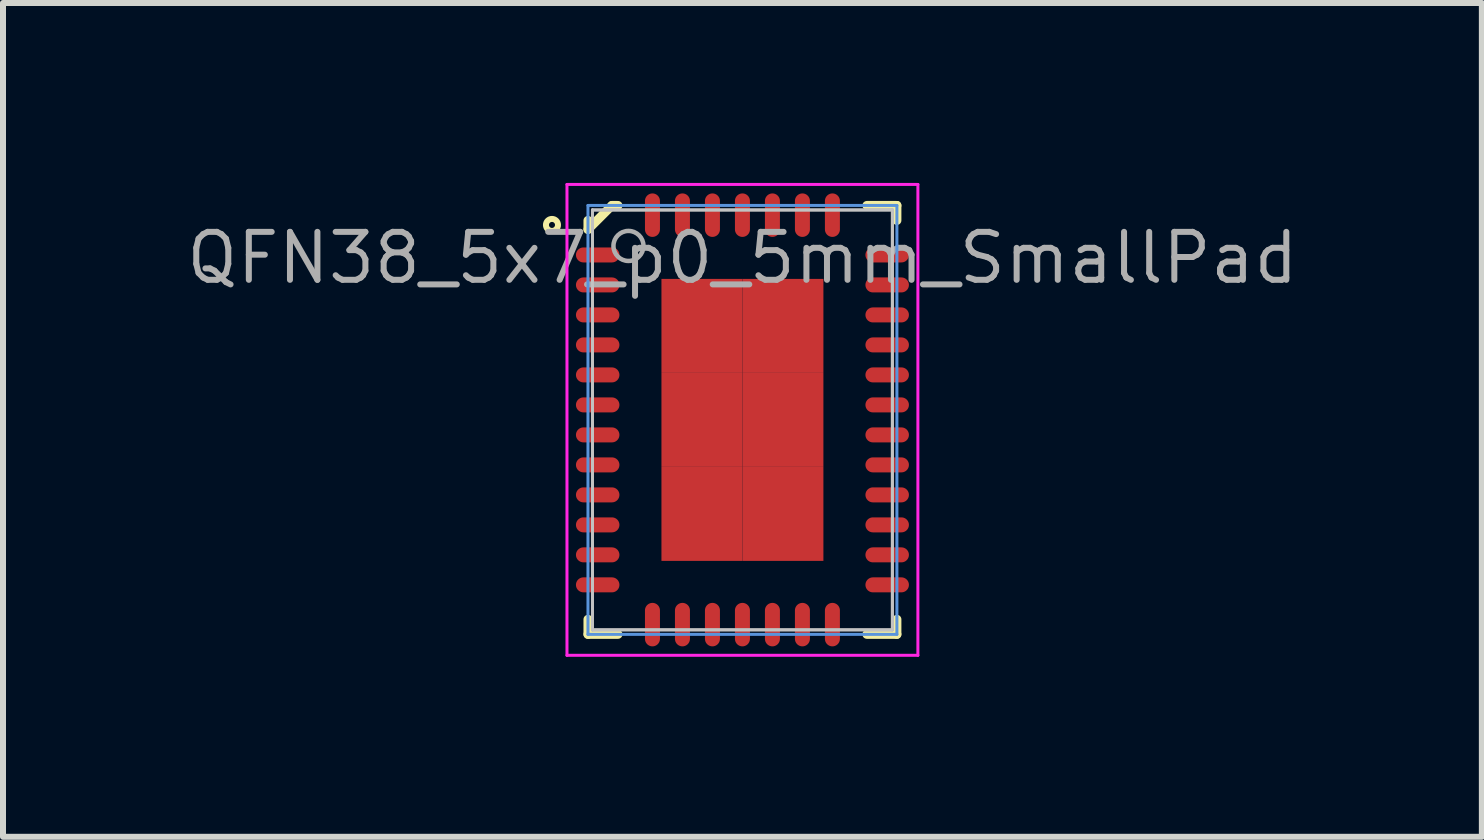
<source format=kicad_pcb>
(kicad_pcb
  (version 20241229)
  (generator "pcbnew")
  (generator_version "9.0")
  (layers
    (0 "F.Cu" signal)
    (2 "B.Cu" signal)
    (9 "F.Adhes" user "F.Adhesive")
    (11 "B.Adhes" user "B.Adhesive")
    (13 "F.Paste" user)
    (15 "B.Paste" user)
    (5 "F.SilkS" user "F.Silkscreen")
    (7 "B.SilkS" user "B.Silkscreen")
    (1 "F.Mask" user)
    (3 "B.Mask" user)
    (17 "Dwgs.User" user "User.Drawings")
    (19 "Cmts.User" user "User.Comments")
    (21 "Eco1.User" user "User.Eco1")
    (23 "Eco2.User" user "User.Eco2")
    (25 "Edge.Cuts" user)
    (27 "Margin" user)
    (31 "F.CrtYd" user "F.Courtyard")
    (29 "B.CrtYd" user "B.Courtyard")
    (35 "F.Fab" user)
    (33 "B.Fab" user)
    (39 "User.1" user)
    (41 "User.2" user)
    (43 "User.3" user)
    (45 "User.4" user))
  (footprint "QFN38_5x7_p0_5mm_SmallPad"
    (layer "F.Cu")
    (at 9.327 3.95)
    (property "Reference" "QFN38_5x7_p0_5mm_SmallPad" (at 0 -2.7 0) (layer "F.Fab") (effects (font (size 0.8 0.8) (thickness 0.1))))
    (attr through_hole)
    (fp_line (start -2.575 -3.175) (end -2.575 -3.325) (stroke (width 0.15) (type solid)) (layer "F.SilkS"))
    (fp_line (start -2.575 -3.175) (end -2.175 -3.575) (stroke (width 0.15) (type solid)) (layer "F.SilkS"))
    (fp_line (start -2.575 3.575) (end -2.575 3.325) (stroke (width 0.15) (type solid)) (layer "F.SilkS"))
    (fp_line (start -2.575 3.575) (end -2.075 3.575) (stroke (width 0.15) (type solid)) (layer "F.SilkS"))
    (fp_line (start -2.075 -3.575) (end -2.175 -3.575) (stroke (width 0.15) (type solid)) (layer "F.SilkS"))
    (fp_line (start 2.575 -3.575) (end 2.075 -3.575) (stroke (width 0.15) (type solid)) (layer "F.SilkS"))
    (fp_line (start 2.575 -3.575) (end 2.575 -3.325) (stroke (width 0.15) (type solid)) (layer "F.SilkS"))
    (fp_line (start 2.575 3.575) (end 2.075 3.575) (stroke (width 0.15) (type solid)) (layer "F.SilkS"))
    (fp_line (start 2.575 3.575) (end 2.575 3.325) (stroke (width 0.15) (type solid)) (layer "F.SilkS"))
    (fp_circle (center -3.175 -3.25) (end -3.104 -3.179) (stroke (width 0.1) (type solid)) (fill no) (layer "F.SilkS"))
    (fp_line (start -2.5 -3.5) (end -2.5 3.5) (stroke (width 0.05) (type solid)) (layer "Dwgs.User"))
    (fp_line (start -2.5 -3.5) (end 2.5 -3.5) (stroke (width 0.05) (type solid)) (layer "Dwgs.User"))
    (fp_line (start -2.5 3.5) (end 2.5 3.5) (stroke (width 0.05) (type solid)) (layer "Dwgs.User"))
    (fp_line (start 2.5 -3.5) (end 2.5 3.5) (stroke (width 0.05) (type solid)) (layer "Dwgs.User"))
    (fp_line (start -2.575 -3.575) (end -2.575 3.575) (stroke (width 0.05) (type solid)) (layer "Cmts.User"))
    (fp_line (start -2.575 -3.575) (end 2.575 -3.575) (stroke (width 0.05) (type solid)) (layer "Cmts.User"))
    (fp_line (start -2.575 3.575) (end 2.575 3.575) (stroke (width 0.05) (type solid)) (layer "Cmts.User"))
    (fp_line (start 2.575 -3.575) (end 2.575 3.575) (stroke (width 0.05) (type solid)) (layer "Cmts.User"))
    (fp_line (start -2.425 -3.425) (end -2.425 3.425) (stroke (width 0.05) (type solid)) (layer "Eco1.User"))
    (fp_line (start -2.425 -3.425) (end 2.425 -3.425) (stroke (width 0.05) (type solid)) (layer "Eco1.User"))
    (fp_line (start -2.425 3.425) (end 2.425 3.425) (stroke (width 0.05) (type solid)) (layer "Eco1.User"))
    (fp_line (start 2.425 -3.425) (end 2.425 3.425) (stroke (width 0.05) (type solid)) (layer "Eco1.User"))
    (fp_line (start -2.925 -3.925) (end -2.925 3.925) (stroke (width 0.05) (type solid)) (layer "F.CrtYd"))
    (fp_line (start -2.925 -3.925) (end 2.925 -3.925) (stroke (width 0.05) (type solid)) (layer "F.CrtYd"))
    (fp_line (start -2.925 3.925) (end 2.925 3.925) (stroke (width 0.05) (type solid)) (layer "F.CrtYd"))
    (fp_line (start 2.925 -3.925) (end 2.925 3.925) (stroke (width 0.05) (type solid)) (layer "F.CrtYd"))
    (fp_line (start -2.5 -3.5) (end -2.5 3.5) (stroke (width 0.05) (type solid)) (layer "F.Fab"))
    (fp_line (start -2.5 -3.5) (end 2.5 -3.5) (stroke (width 0.05) (type solid)) (layer "F.Fab"))
    (fp_line (start -2.5 3.5) (end 2.5 3.5) (stroke (width 0.05) (type solid)) (layer "F.Fab"))
    (fp_line (start 2.5 -3.5) (end 2.5 3.5) (stroke (width 0.05) (type solid)) (layer "F.Fab"))
    (fp_circle (center -1.9 -2.9) (end -1.723 -2.723) (stroke (width 0.075) (type solid)) (fill no) (layer "F.Fab"))
    (pad "1" smd oval (at -2.413 -2.75 180) (size 0.725 0.25) (layers "F.Cu" "F.Mask" "F.Paste"))
    (pad "2" smd oval (at -2.413 -2.25 180) (size 0.725 0.25) (layers "F.Cu" "F.Mask" "F.Paste"))
    (pad "3" smd oval (at -2.413 -1.75 180) (size 0.725 0.25) (layers "F.Cu" "F.Mask" "F.Paste"))
    (pad "4" smd oval (at -2.413 -1.25 180) (size 0.725 0.25) (layers "F.Cu" "F.Mask" "F.Paste"))
    (pad "5" smd oval (at -2.413 -0.75 180) (size 0.725 0.25) (layers "F.Cu" "F.Mask" "F.Paste"))
    (pad "6" smd oval (at -2.413 -0.25 180) (size 0.725 0.25) (layers "F.Cu" "F.Mask" "F.Paste"))
    (pad "7" smd oval (at -2.413 0.25 180) (size 0.725 0.25) (layers "F.Cu" "F.Mask" "F.Paste"))
    (pad "8" smd oval (at -2.413 0.75 180) (size 0.725 0.25) (layers "F.Cu" "F.Mask" "F.Paste"))
    (pad "9" smd oval (at -2.413 1.25 180) (size 0.725 0.25) (layers "F.Cu" "F.Mask" "F.Paste"))
    (pad "10" smd oval (at -2.413 1.75 180) (size 0.725 0.25) (layers "F.Cu" "F.Mask" "F.Paste"))
    (pad "11" smd oval (at -2.413 2.25 180) (size 0.725 0.25) (layers "F.Cu" "F.Mask" "F.Paste"))
    (pad "12" smd oval (at -2.413 2.75 180) (size 0.725 0.25) (layers "F.Cu" "F.Mask" "F.Paste"))
    (pad "13" smd oval (at -1.5 3.413 270) (size 0.725 0.25) (layers "F.Cu" "F.Mask" "F.Paste"))
    (pad "14" smd oval (at -1 3.413 270) (size 0.725 0.25) (layers "F.Cu" "F.Mask" "F.Paste"))
    (pad "15" smd oval (at -0.5 3.413 270) (size 0.725 0.25) (layers "F.Cu" "F.Mask" "F.Paste"))
    (pad "16" smd oval (at 0 3.413 270) (size 0.725 0.25) (layers "F.Cu" "F.Mask" "F.Paste"))
    (pad "17" smd oval (at 0.5 3.413 270) (size 0.725 0.25) (layers "F.Cu" "F.Mask" "F.Paste"))
    (pad "18" smd oval (at 1 3.413 270) (size 0.725 0.25) (layers "F.Cu" "F.Mask" "F.Paste"))
    (pad "19" smd oval (at 1.5 3.413 270) (size 0.725 0.25) (layers "F.Cu" "F.Mask" "F.Paste"))
    (pad "20" smd oval (at 2.413 2.75) (size 0.725 0.25) (layers "F.Cu" "F.Mask" "F.Paste"))
    (pad "21" smd oval (at 2.413 2.25) (size 0.725 0.25) (layers "F.Cu" "F.Mask" "F.Paste"))
    (pad "22" smd oval (at 2.413 1.75) (size 0.725 0.25) (layers "F.Cu" "F.Mask" "F.Paste"))
    (pad "23" smd oval (at 2.413 1.25) (size 0.725 0.25) (layers "F.Cu" "F.Mask" "F.Paste"))
    (pad "24" smd oval (at 2.413 0.75) (size 0.725 0.25) (layers "F.Cu" "F.Mask" "F.Paste"))
    (pad "25" smd oval (at 2.413 0.25) (size 0.725 0.25) (layers "F.Cu" "F.Mask" "F.Paste"))
    (pad "26" smd oval (at 2.413 -0.25) (size 0.725 0.25) (layers "F.Cu" "F.Mask" "F.Paste"))
    (pad "27" smd oval (at 2.413 -0.75) (size 0.725 0.25) (layers "F.Cu" "F.Mask" "F.Paste"))
    (pad "28" smd oval (at 2.413 -1.25) (size 0.725 0.25) (layers "F.Cu" "F.Mask" "F.Paste"))
    (pad "29" smd oval (at 2.413 -1.75) (size 0.725 0.25) (layers "F.Cu" "F.Mask" "F.Paste"))
    (pad "30" smd oval (at 2.413 -2.25) (size 0.725 0.25) (layers "F.Cu" "F.Mask" "F.Paste"))
    (pad "31" smd oval (at 2.413 -2.75) (size 0.725 0.25) (layers "F.Cu" "F.Mask" "F.Paste"))
    (pad "32" smd oval (at 1.5 -3.413 90) (size 0.725 0.25) (layers "F.Cu" "F.Mask" "F.Paste"))
    (pad "33" smd oval (at 1 -3.413 90) (size 0.725 0.25) (layers "F.Cu" "F.Mask" "F.Paste"))
    (pad "34" smd oval (at 0.5 -3.413 90) (size 0.725 0.25) (layers "F.Cu" "F.Mask" "F.Paste"))
    (pad "35" smd oval (at 0 -3.413 90) (size 0.725 0.25) (layers "F.Cu" "F.Mask" "F.Paste"))
    (pad "36" smd oval (at -0.5 -3.413 90) (size 0.725 0.25) (layers "F.Cu" "F.Mask" "F.Paste"))
    (pad "37" smd oval (at -1 -3.413 90) (size 0.725 0.25) (layers "F.Cu" "F.Mask" "F.Paste"))
    (pad "38" smd oval (at -1.5 -3.413 90) (size 0.725 0.25) (layers "F.Cu" "F.Mask" "F.Paste"))
    (pad "39" smd rect (at -0.675 -1.567) (size 1.35 1.567) (layers "F.Cu" "F.Mask" "F.Paste"))
    (pad "39" smd rect (at -0.675 0) (size 1.35 1.567) (layers "F.Cu" "F.Mask" "F.Paste"))
    (pad "39" smd rect (at -0.675 1.567) (size 1.35 1.567) (layers "F.Cu" "F.Mask" "F.Paste"))
    (pad "39" smd rect (at 0.675 -1.567) (size 1.35 1.567) (layers "F.Cu" "F.Mask" "F.Paste"))
    (pad "39" smd rect (at 0.675 0) (size 1.35 1.567) (layers "F.Cu" "F.Mask" "F.Paste"))
    (pad "39" smd rect (at 0.675 1.567) (size 1.35 1.567) (layers "F.Cu" "F.Mask" "F.Paste")))
  (gr_rect
    (start -3 -3)
    (end 21.654 10.9)
    (stroke (width 0.1) (type default))
    (fill no)
    (layer "Edge.Cuts")))
</source>
